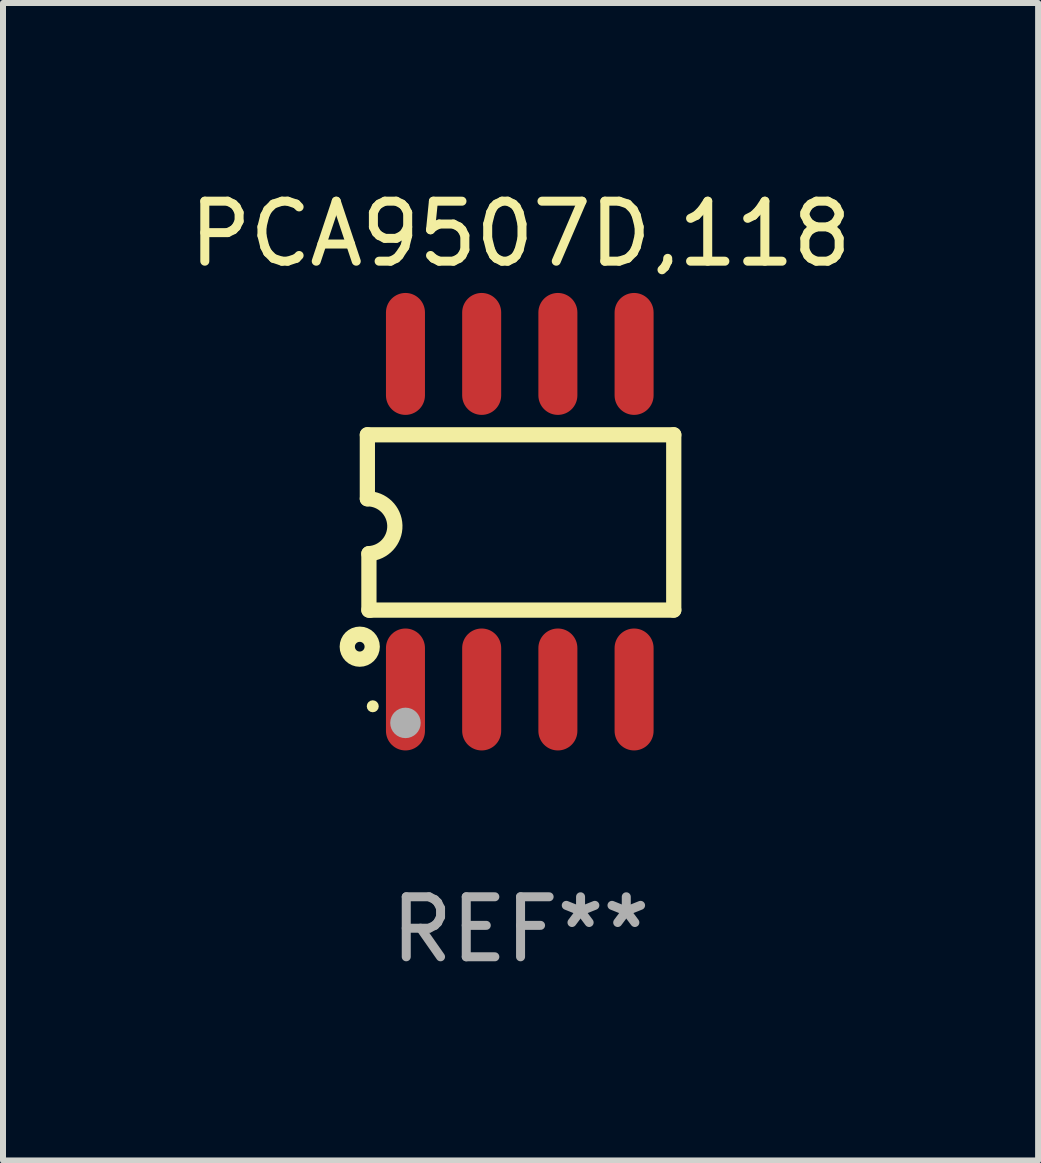
<source format=kicad_pcb>
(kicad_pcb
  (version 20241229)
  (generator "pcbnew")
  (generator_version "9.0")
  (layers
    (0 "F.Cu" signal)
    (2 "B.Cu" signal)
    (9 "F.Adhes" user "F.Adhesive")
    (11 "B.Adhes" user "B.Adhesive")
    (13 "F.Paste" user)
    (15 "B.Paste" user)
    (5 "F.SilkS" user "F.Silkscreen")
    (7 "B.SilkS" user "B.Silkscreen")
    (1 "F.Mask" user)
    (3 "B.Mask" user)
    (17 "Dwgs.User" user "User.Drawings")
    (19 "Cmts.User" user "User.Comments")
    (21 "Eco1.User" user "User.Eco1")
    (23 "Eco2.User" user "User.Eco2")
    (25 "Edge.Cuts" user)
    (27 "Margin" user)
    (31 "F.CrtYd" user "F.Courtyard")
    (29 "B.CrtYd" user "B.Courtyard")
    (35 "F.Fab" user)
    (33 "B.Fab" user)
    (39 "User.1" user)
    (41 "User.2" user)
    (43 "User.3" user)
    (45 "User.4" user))
  (footprint "PCA9507D,118"
    (layer "F.Cu")
    (at 5.625 5.644)
    (property "Reference" "PCA9507D,118" (at 0 -4.796 0) (layer "F.SilkS") (effects (font (size 1 1) (thickness 0.15))))
    (attr through_hole)
    (fp_line (start -2.553 -1.448) (end 2.553 -1.448) (stroke (width 0.254) (type solid)) (layer "F.SilkS"))
    (fp_line (start -2.553 -0.382) (end -2.553 -1.448) (stroke (width 0.254) (type solid)) (layer "F.SilkS"))
    (fp_line (start -2.527 1.473) (end -2.527 0.533) (stroke (width 0.254) (type solid)) (layer "F.SilkS"))
    (fp_line (start -2.502 1.473) (end -2.527 1.473) (stroke (width 0.254) (type solid)) (layer "F.SilkS"))
    (fp_line (start 2.553 -1.448) (end 2.553 1.473) (stroke (width 0.254) (type solid)) (layer "F.SilkS"))
    (fp_line (start 2.553 1.473) (end -2.502 1.473) (stroke (width 0.254) (type solid)) (layer "F.SilkS"))
    (fp_arc (start -2.552705 -0.381966) (mid -2.094969 0.063238) (end -2.527305 0.533147) (stroke (width 0.254001) (type solid)) (layer "F.SilkS"))
    (fp_circle (center -2.68 2.083) (end -2.599 2.083) (stroke (width 0.254) (type solid)) (fill no) (layer "F.SilkS"))
    (fp_circle (center -2.463 3.076) (end -2.413 3.076) (stroke (width 0.1) (type solid)) (fill no) (layer "F.SilkS"))
    (fp_circle (center -1.918 3.353) (end -1.791 3.353) (stroke (width 0.254) (type solid)) (fill no) (layer "F.Fab"))
    (fp_text user "REF**" (at 0 6.796 0) (layer "F.Fab") (effects (font (size 1 1) (thickness 0.15))))
    (pad "1" smd oval (at -1.918 2.796) (size 0.65 2.032) (layers "F.Cu" "F.Mask" "F.Paste"))
    (pad "2" smd oval (at -0.648 2.796) (size 0.65 2.032) (layers "F.Cu" "F.Mask" "F.Paste"))
    (pad "3" smd oval (at 0.622 2.796) (size 0.65 2.032) (layers "F.Cu" "F.Mask" "F.Paste"))
    (pad "4" smd oval (at 1.892 2.796) (size 0.65 2.032) (layers "F.Cu" "F.Mask" "F.Paste"))
    (pad "5" smd oval (at 1.892 -2.796) (size 0.65 2.032) (layers "F.Cu" "F.Mask" "F.Paste"))
    (pad "6" smd oval (at 0.622 -2.796) (size 0.65 2.032) (layers "F.Cu" "F.Mask" "F.Paste"))
    (pad "7" smd oval (at -0.648 -2.796) (size 0.65 2.032) (layers "F.Cu" "F.Mask" "F.Paste"))
    (pad "8" smd oval (at -1.918 -2.796) (size 0.65 2.032) (layers "F.Cu" "F.Mask" "F.Paste")))
  (gr_rect
    (start -3 -3)
    (end 14.25 16.289)
    (stroke (width 0.1) (type default))
    (fill no)
    (layer "Edge.Cuts")))
</source>
